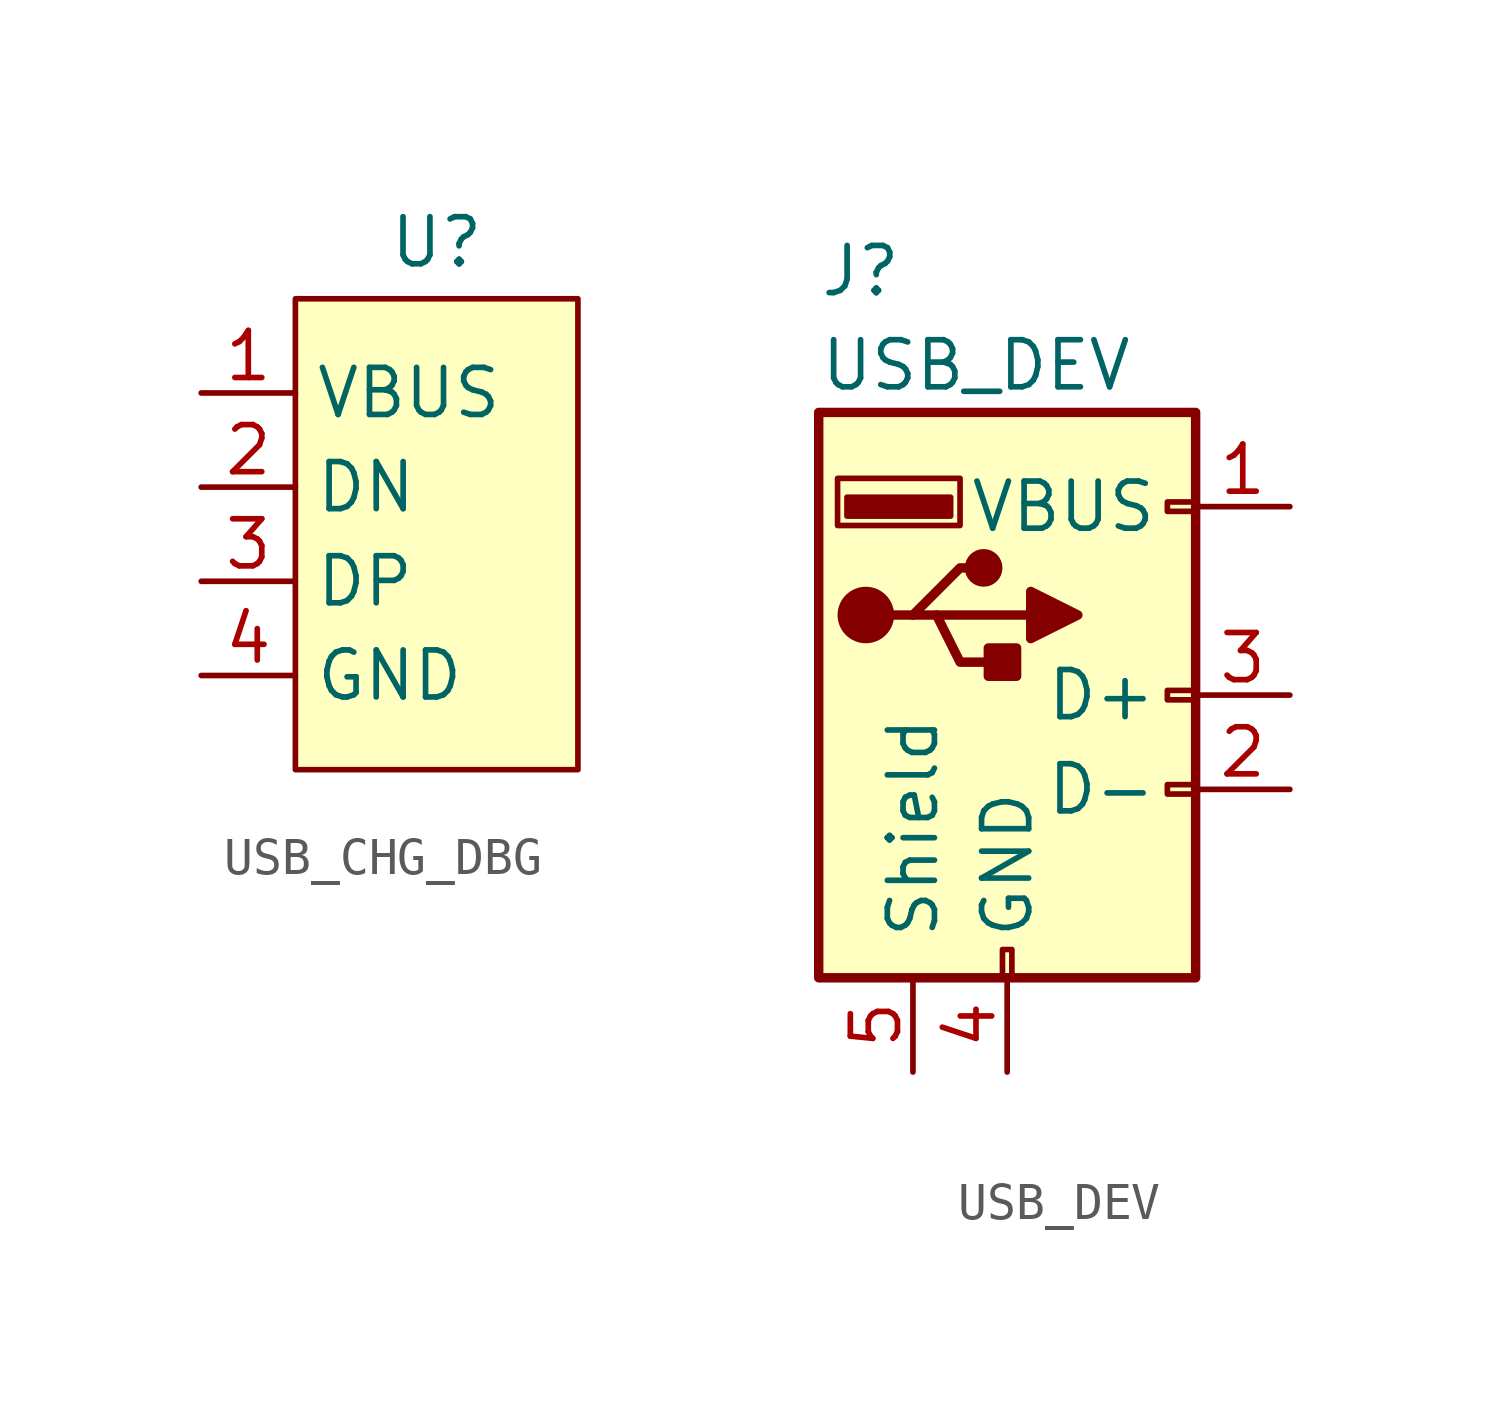
<source format=kicad_sym>
(kicad_symbol_lib
  (version 20241209)
  (generator "kicad_symbol_editor")
  (generator_version "9.0")
  (symbol "USB_CHG_DBG"
    (property "Reference" "U"
      (at 0 7.874 0)
      (effects (font (size 1.27 1.27))))
    (property "Value" ""
      (at 0 0 0)
      (effects (font (size 1.27 1.27))))
    (symbol "USB_CHG_DBG_1_1"
      (rectangle (start -3.81 6.35) (end 3.81 -6.35) (stroke (width 0) (type solid)) (fill (type background)))
      (pin power_out line (at -6.35 3.81 0) (length 2.54) (name "VBUS" (effects (font (size 1.27 1.27)))) (number "1" (effects (font (size 1.27 1.27)))))
      (pin bidirectional line (at -6.35 1.27 0) (length 2.54) (name "DN" (effects (font (size 1.27 1.27)))) (number "2" (effects (font (size 1.27 1.27)))))
      (pin bidirectional line (at -6.35 -1.27 0) (length 2.54) (name "DP" (effects (font (size 1.27 1.27)))) (number "3" (effects (font (size 1.27 1.27)))))
      (pin power_out line (at -6.35 -3.81 0) (length 2.54) (name "GND" (effects (font (size 1.27 1.27)))) (number "4" (effects (font (size 1.27 1.27)))))))
  (symbol "USB_DEV"
    (pin_names
      (offset 1.016))
    (property "Reference" "J"
      (at -5.08 11.43 0)
      (effects (font (size 1.27 1.27)) (justify left)))
    (property "Value" "USB_DEV"
      (at -5.08 8.89 0)
      (effects (font (size 1.27 1.27)) (justify left)))
    (symbol "USB_DEV_0_1"
      (rectangle (start -5.08 -7.62) (end 5.08 7.62) (stroke (width 0.254) (type default)) (fill (type background)))
      (circle (center -3.81 2.159) (radius 0.635) (stroke (width 0.254) (type default)) (fill (type outline)))
      (polyline (pts (xy -3.175 2.159) (xy -2.54 2.159) (xy -1.27 3.429) (xy -0.635 3.429)) (stroke (width 0.254) (type default)) (fill (type none)))
      (polyline (pts (xy -2.54 2.159) (xy -1.905 2.159) (xy -1.27 0.889) (xy 0 0.889)) (stroke (width 0.254) (type default)) (fill (type none)))
      (rectangle (start -1.524 4.826) (end -4.318 5.334) (stroke (width 0) (type default)) (fill (type outline)))
      (rectangle (start -1.27 4.572) (end -4.572 5.842) (stroke (width 0) (type default)) (fill (type none)))
      (circle (center -0.635 3.429) (radius 0.381) (stroke (width 0.254) (type default)) (fill (type outline)))
      (rectangle (start -0.127 -7.62) (end 0.127 -6.858) (stroke (width 0) (type default)) (fill (type none)))
      (rectangle (start 0.254 1.27) (end -0.508 0.508) (stroke (width 0.254) (type default)) (fill (type outline)))
      (polyline (pts (xy 0.635 2.794) (xy 0.635 1.524) (xy 1.905 2.159) (xy 0.635 2.794)) (stroke (width 0.254) (type default)) (fill (type outline)))
      (rectangle (start 5.08 4.953) (end 4.318 5.207) (stroke (width 0) (type default)) (fill (type none)))
      (rectangle (start 5.08 -0.127) (end 4.318 0.127) (stroke (width 0) (type default)) (fill (type none)))
      (rectangle (start 5.08 -2.667) (end 4.318 -2.413) (stroke (width 0) (type default)) (fill (type none))))
    (symbol "USB_DEV_1_1"
      (polyline (pts (xy -1.905 2.159) (xy 0.635 2.159)) (stroke (width 0.254) (type default)) (fill (type none)))
      (pin passive line (at -2.54 -10.16 90) (length 2.54) (name "Shield" (effects (font (size 1.27 1.27)))) (number "5" (effects (font (size 1.27 1.27)))))
      (pin power_in line (at 0 -10.16 90) (length 2.54) (name "GND" (effects (font (size 1.27 1.27)))) (number "4" (effects (font (size 1.27 1.27)))))
      (pin power_in line (at 7.62 5.08 180) (length 2.54) (name "VBUS" (effects (font (size 1.27 1.27)))) (number "1" (effects (font (size 1.27 1.27)))))
      (pin bidirectional line (at 7.62 0 180) (length 2.54) (name "D+" (effects (font (size 1.27 1.27)))) (number "3" (effects (font (size 1.27 1.27)))))
      (pin bidirectional line (at 7.62 -2.54 180) (length 2.54) (name "D-" (effects (font (size 1.27 1.27)))) (number "2" (effects (font (size 1.27 1.27))))))))
</source>
